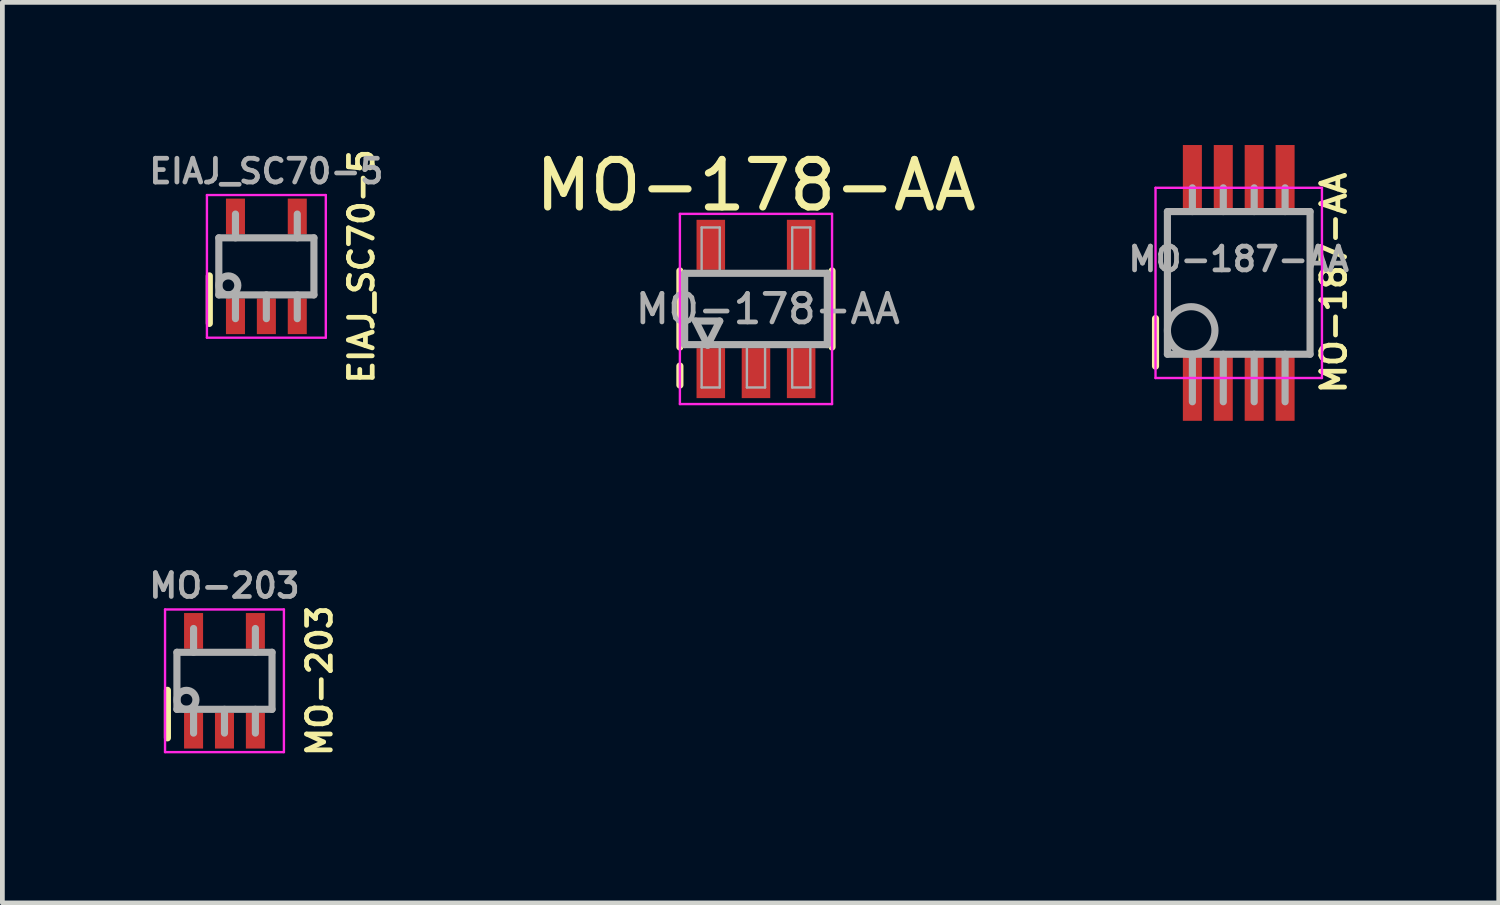
<source format=kicad_pcb>
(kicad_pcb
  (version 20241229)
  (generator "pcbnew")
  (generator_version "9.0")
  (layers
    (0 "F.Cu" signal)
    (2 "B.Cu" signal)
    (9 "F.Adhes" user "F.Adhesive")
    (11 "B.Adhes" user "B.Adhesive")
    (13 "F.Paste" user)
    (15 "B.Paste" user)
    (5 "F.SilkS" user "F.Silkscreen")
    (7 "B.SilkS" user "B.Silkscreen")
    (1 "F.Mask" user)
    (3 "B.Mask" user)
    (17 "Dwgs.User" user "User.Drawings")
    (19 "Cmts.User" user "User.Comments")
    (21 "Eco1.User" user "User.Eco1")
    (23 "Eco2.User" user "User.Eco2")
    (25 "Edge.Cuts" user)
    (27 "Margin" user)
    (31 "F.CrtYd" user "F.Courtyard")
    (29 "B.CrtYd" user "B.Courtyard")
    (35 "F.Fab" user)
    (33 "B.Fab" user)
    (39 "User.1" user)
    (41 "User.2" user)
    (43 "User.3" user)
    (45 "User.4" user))
  (footprint "EIAJ_SC70-5"
    (layer "F.Cu")
    (at 2.552 2.552)
    (property "Reference" "EIAJ_SC70-5" (at 2 0 90) (layer "F.SilkS") (effects (font (size 0.5 0.5) (thickness 0.1))))
    (attr smd)
    (fp_line (start -1.2 0.2) (end -1.2 1.2) (stroke (width 0.15) (type solid)) (layer "F.SilkS"))
    (fp_line (start -1.25 -1.5) (end 1.25 -1.5) (stroke (width 0.05) (type solid)) (layer "F.CrtYd"))
    (fp_line (start -1.25 1.5) (end -1.25 -1.5) (stroke (width 0.05) (type solid)) (layer "F.CrtYd"))
    (fp_line (start 1.25 -1.5) (end 1.25 1.5) (stroke (width 0.05) (type solid)) (layer "F.CrtYd"))
    (fp_line (start 1.25 1.5) (end -1.25 1.5) (stroke (width 0.05) (type solid)) (layer "F.CrtYd"))
    (fp_line (start -1 -0.6) (end 1 -0.6) (stroke (width 0.15) (type solid)) (layer "F.Fab"))
    (fp_line (start -1 0.6) (end -1 -0.6) (stroke (width 0.15) (type solid)) (layer "F.Fab"))
    (fp_line (start -0.65 -1.1) (end -0.65 -0.6) (stroke (width 0.15) (type solid)) (layer "F.Fab"))
    (fp_line (start -0.65 0.6) (end -0.65 1.1) (stroke (width 0.15) (type solid)) (layer "F.Fab"))
    (fp_line (start 0 0.6) (end 0 1.1) (stroke (width 0.15) (type solid)) (layer "F.Fab"))
    (fp_line (start 0.65 -1.1) (end 0.65 -0.6) (stroke (width 0.15) (type solid)) (layer "F.Fab"))
    (fp_line (start 0.65 0.6) (end 0.65 1.1) (stroke (width 0.15) (type solid)) (layer "F.Fab"))
    (fp_line (start 1 -0.6) (end 1 0.6) (stroke (width 0.15) (type solid)) (layer "F.Fab"))
    (fp_line (start 1 0.6) (end -1 0.6) (stroke (width 0.15) (type solid)) (layer "F.Fab"))
    (fp_circle (center -0.8 0.4) (end -1 0.4) (stroke (width 0.15) (type solid)) (fill no) (layer "F.Fab"))
    (fp_text user "${REFERENCE}" (at 0 -2 0) (layer "F.Fab") (effects (font (size 0.5 0.5) (thickness 0.1))))
    (pad "1" smd rect (at -0.65 1.05) (size 0.4 0.75) (layers "F.Cu" "F.Mask" "F.Paste"))
    (pad "2" smd rect (at 0 1.05) (size 0.4 0.75) (layers "F.Cu" "F.Mask" "F.Paste"))
    (pad "3" smd rect (at 0.65 1.05) (size 0.4 0.75) (layers "F.Cu" "F.Mask" "F.Paste"))
    (pad "5" smd rect (at 0.65 -1.05) (size 0.4 0.75) (layers "F.Cu" "F.Mask" "F.Paste"))
    (pad "8" smd rect (at -0.65 -1.05) (size 0.4 0.75) (layers "F.Cu" "F.Mask" "F.Paste")))
  (footprint "MO-178-AA"
    (layer "F.Cu")
    (at 12.849 3.448)
    (property "Reference" "MO-178-AA" (at 0 -2.6 180) (layer "F.SilkS") (effects (font (size 1 1) (thickness 0.15))))
    (attr smd)
    (fp_line (start -1.6 -0.8) (end -1.6 0.8) (stroke (width 0.15) (type solid)) (layer "F.SilkS"))
    (fp_line (start -1.6 1.2) (end -1.6 1.6) (stroke (width 0.15) (type solid)) (layer "F.SilkS"))
    (fp_line (start 1.6 -0.8) (end 1.6 0.8) (stroke (width 0.15) (type solid)) (layer "F.SilkS"))
    (fp_line (start -1.6 -2) (end -1.6 2) (stroke (width 0.05) (type solid)) (layer "F.CrtYd"))
    (fp_line (start -1.6 -2) (end 1.6 -2) (stroke (width 0.05) (type solid)) (layer "F.CrtYd"))
    (fp_line (start -1.6 2) (end 1.6 2) (stroke (width 0.05) (type solid)) (layer "F.CrtYd"))
    (fp_line (start 1.6 -2) (end 1.6 2) (stroke (width 0.05) (type solid)) (layer "F.CrtYd"))
    (fp_line (start -1.5 -0.75) (end -1.5 0.75) (stroke (width 0.15) (type solid)) (layer "F.Fab"))
    (fp_line (start -1.5 0.75) (end 1.5 0.75) (stroke (width 0.15) (type solid)) (layer "F.Fab"))
    (fp_line (start -1.27 0.254) (end -1.016 0.762) (stroke (width 0.15) (type solid)) (layer "F.Fab"))
    (fp_line (start -1.143 -1.714) (end -1.143 -0.762) (stroke (width 0.05) (type solid)) (layer "F.Fab"))
    (fp_line (start -1.143 -1.714) (end -0.762 -1.714) (stroke (width 0.05) (type solid)) (layer "F.Fab"))
    (fp_line (start -1.143 0.762) (end -1.143 1.651) (stroke (width 0.05) (type solid)) (layer "F.Fab"))
    (fp_line (start -1.143 1.651) (end -0.762 1.651) (stroke (width 0.05) (type solid)) (layer "F.Fab"))
    (fp_line (start -1.016 0.762) (end -0.762 0.254) (stroke (width 0.15) (type solid)) (layer "F.Fab"))
    (fp_line (start -0.762 -1.714) (end -0.762 -0.762) (stroke (width 0.05) (type solid)) (layer "F.Fab"))
    (fp_line (start -0.762 0.254) (end -1.27 0.254) (stroke (width 0.15) (type solid)) (layer "F.Fab"))
    (fp_line (start -0.762 1.651) (end -0.762 0.762) (stroke (width 0.05) (type solid)) (layer "F.Fab"))
    (fp_line (start -0.191 0.762) (end -0.191 1.651) (stroke (width 0.05) (type solid)) (layer "F.Fab"))
    (fp_line (start -0.191 1.651) (end 0.191 1.651) (stroke (width 0.05) (type solid)) (layer "F.Fab"))
    (fp_line (start 0.191 1.651) (end 0.191 0.762) (stroke (width 0.05) (type solid)) (layer "F.Fab"))
    (fp_line (start 0.762 -1.714) (end 1.143 -1.714) (stroke (width 0.05) (type solid)) (layer "F.Fab"))
    (fp_line (start 0.762 -0.762) (end 0.762 -1.714) (stroke (width 0.05) (type solid)) (layer "F.Fab"))
    (fp_line (start 0.762 0.762) (end 0.762 1.651) (stroke (width 0.05) (type solid)) (layer "F.Fab"))
    (fp_line (start 0.762 1.651) (end 1.143 1.651) (stroke (width 0.05) (type solid)) (layer "F.Fab"))
    (fp_line (start 1.143 -1.714) (end 1.143 -0.762) (stroke (width 0.05) (type solid)) (layer "F.Fab"))
    (fp_line (start 1.143 1.651) (end 1.143 0.762) (stroke (width 0.05) (type solid)) (layer "F.Fab"))
    (fp_line (start 1.5 -0.75) (end -1.5 -0.75) (stroke (width 0.15) (type solid)) (layer "F.Fab"))
    (fp_line (start 1.5 0.75) (end 1.5 -0.75) (stroke (width 0.15) (type solid)) (layer "F.Fab"))
    (fp_text user "${REFERENCE}" (at 0.25 0 0) (layer "F.Fab") (effects (font (size 0.6 0.6) (thickness 0.1))))
    (pad "1" smd rect (at -0.95 1.35) (size 0.6 1.05) (layers "F.Cu" "F.Mask" "F.Paste"))
    (pad "2" smd rect (at 0 1.35) (size 0.6 1.05) (layers "F.Cu" "F.Mask" "F.Paste"))
    (pad "3" smd rect (at 0.95 1.35) (size 0.6 1.05) (layers "F.Cu" "F.Mask" "F.Paste"))
    (pad "4" smd rect (at 0.95 -1.35) (size 0.6 1.05) (layers "F.Cu" "F.Mask" "F.Paste"))
    (pad "5" smd rect (at -0.95 -1.35) (size 0.6 1.05) (layers "F.Cu" "F.Mask" "F.Paste")))
  (footprint "MO-203"
    (layer "F.Cu")
    (at 1.671 11.268)
    (property "Reference" "MO-203" (at 2 0 90) (layer "F.SilkS") (effects (font (size 0.5 0.5) (thickness 0.1))))
    (attr smd)
    (fp_line (start -1.2 0.2) (end -1.2 1.2) (stroke (width 0.15) (type solid)) (layer "F.SilkS"))
    (fp_line (start -1.25 -1.5) (end 1.25 -1.5) (stroke (width 0.05) (type solid)) (layer "F.CrtYd"))
    (fp_line (start -1.25 1.5) (end -1.25 -1.5) (stroke (width 0.05) (type solid)) (layer "F.CrtYd"))
    (fp_line (start 1.25 -1.5) (end 1.25 1.5) (stroke (width 0.05) (type solid)) (layer "F.CrtYd"))
    (fp_line (start 1.25 1.5) (end -1.25 1.5) (stroke (width 0.05) (type solid)) (layer "F.CrtYd"))
    (fp_line (start -1 -0.6) (end 1 -0.6) (stroke (width 0.15) (type solid)) (layer "F.Fab"))
    (fp_line (start -1 0.6) (end -1 -0.6) (stroke (width 0.15) (type solid)) (layer "F.Fab"))
    (fp_line (start -0.65 -1.1) (end -0.65 -0.6) (stroke (width 0.15) (type solid)) (layer "F.Fab"))
    (fp_line (start -0.65 0.6) (end -0.65 1.1) (stroke (width 0.15) (type solid)) (layer "F.Fab"))
    (fp_line (start 0 0.6) (end 0 1.1) (stroke (width 0.15) (type solid)) (layer "F.Fab"))
    (fp_line (start 0.65 -1.1) (end 0.65 -0.6) (stroke (width 0.15) (type solid)) (layer "F.Fab"))
    (fp_line (start 0.65 0.6) (end 0.65 1.1) (stroke (width 0.15) (type solid)) (layer "F.Fab"))
    (fp_line (start 1 -0.6) (end 1 0.6) (stroke (width 0.15) (type solid)) (layer "F.Fab"))
    (fp_line (start 1 0.6) (end -1 0.6) (stroke (width 0.15) (type solid)) (layer "F.Fab"))
    (fp_circle (center -0.8 0.4) (end -1 0.4) (stroke (width 0.15) (type solid)) (fill no) (layer "F.Fab"))
    (fp_text user "${REFERENCE}" (at 0 -2 0) (layer "F.Fab") (effects (font (size 0.5 0.5) (thickness 0.1))))
    (pad "1" smd rect (at -0.65 1.05) (size 0.4 0.75) (layers "F.Cu" "F.Mask" "F.Paste"))
    (pad "2" smd rect (at 0 1.05) (size 0.4 0.75) (layers "F.Cu" "F.Mask" "F.Paste"))
    (pad "3" smd rect (at 0.65 1.05) (size 0.4 0.75) (layers "F.Cu" "F.Mask" "F.Paste"))
    (pad "4" smd rect (at 0.65 -1.05) (size 0.4 0.75) (layers "F.Cu" "F.Mask" "F.Paste"))
    (pad "5" smd rect (at -0.65 -1.05) (size 0.4 0.75) (layers "F.Cu" "F.Mask" "F.Paste")))
  (footprint "MO-187-AA"
    (layer "F.Cu")
    (at 23.002 2.9)
    (property "Reference" "MO-187-AA" (at 2 0 90) (layer "F.SilkS") (effects (font (size 0.5 0.5) (thickness 0.1))))
    (attr smd)
    (fp_line (start -1.75 0.75) (end -1.75 1.75) (stroke (width 0.15) (type solid)) (layer "F.SilkS"))
    (fp_line (start -1.75 -2) (end 1.75 -2) (stroke (width 0.05) (type solid)) (layer "F.CrtYd"))
    (fp_line (start -1.75 2) (end -1.75 -2) (stroke (width 0.05) (type solid)) (layer "F.CrtYd"))
    (fp_line (start 1.75 -2) (end 1.75 2) (stroke (width 0.05) (type solid)) (layer "F.CrtYd"))
    (fp_line (start 1.75 2) (end -1.75 2) (stroke (width 0.05) (type solid)) (layer "F.CrtYd"))
    (fp_line (start -1.5 -1.5) (end 1.5 -1.5) (stroke (width 0.15) (type solid)) (layer "F.Fab"))
    (fp_line (start -1.5 1.5) (end -1.5 -1.5) (stroke (width 0.15) (type solid)) (layer "F.Fab"))
    (fp_line (start -0.975 -2) (end -0.975 -1.5) (stroke (width 0.15) (type solid)) (layer "F.Fab"))
    (fp_line (start -0.975 1.5) (end -0.975 2.5) (stroke (width 0.15) (type solid)) (layer "F.Fab"))
    (fp_line (start -0.325 -2) (end -0.325 -1.5) (stroke (width 0.15) (type solid)) (layer "F.Fab"))
    (fp_line (start -0.325 1.5) (end -0.325 2.5) (stroke (width 0.15) (type solid)) (layer "F.Fab"))
    (fp_line (start 0.325 -2) (end 0.325 -1.5) (stroke (width 0.15) (type solid)) (layer "F.Fab"))
    (fp_line (start 0.325 1.5) (end 0.325 2.5) (stroke (width 0.15) (type solid)) (layer "F.Fab"))
    (fp_line (start 0.975 -2) (end 0.975 -1.5) (stroke (width 0.15) (type solid)) (layer "F.Fab"))
    (fp_line (start 0.975 1.5) (end 0.975 2.5) (stroke (width 0.15) (type solid)) (layer "F.Fab"))
    (fp_line (start 1.5 -1.5) (end 1.5 1.5) (stroke (width 0.15) (type solid)) (layer "F.Fab"))
    (fp_line (start 1.5 1.5) (end -1.5 1.5) (stroke (width 0.15) (type solid)) (layer "F.Fab"))
    (fp_circle (center -1 1) (end -1.5 1) (stroke (width 0.15) (type solid)) (fill no) (layer "F.Fab"))
    (fp_text user "${REFERENCE}" (at 0 -0.5 0) (layer "F.Fab") (effects (font (size 0.5 0.5) (thickness 0.1))))
    (pad "1" smd rect (at -0.975 2.2) (size 0.4 1.4) (layers "F.Cu" "F.Mask" "F.Paste"))
    (pad "2" smd rect (at -0.325 2.2) (size 0.4 1.4) (layers "F.Cu" "F.Mask" "F.Paste"))
    (pad "3" smd rect (at 0.325 2.2) (size 0.4 1.4) (layers "F.Cu" "F.Mask" "F.Paste"))
    (pad "4" smd rect (at 0.975 2.2) (size 0.4 1.4) (layers "F.Cu" "F.Mask" "F.Paste"))
    (pad "5" smd rect (at 0.975 -2.2) (size 0.4 1.4) (layers "F.Cu" "F.Mask" "F.Paste"))
    (pad "6" smd rect (at 0.325 -2.2) (size 0.4 1.4) (layers "F.Cu" "F.Mask" "F.Paste"))
    (pad "7" smd rect (at -0.325 -2.2) (size 0.4 1.4) (layers "F.Cu" "F.Mask" "F.Paste"))
    (pad "8" smd rect (at -0.975 -2.2) (size 0.4 1.4) (layers "F.Cu" "F.Mask" "F.Paste")))
  (gr_rect
    (start -3 -3)
    (end 28.47 15.939)
    (stroke (width 0.1) (type default))
    (fill no)
    (layer "Edge.Cuts")))
</source>
